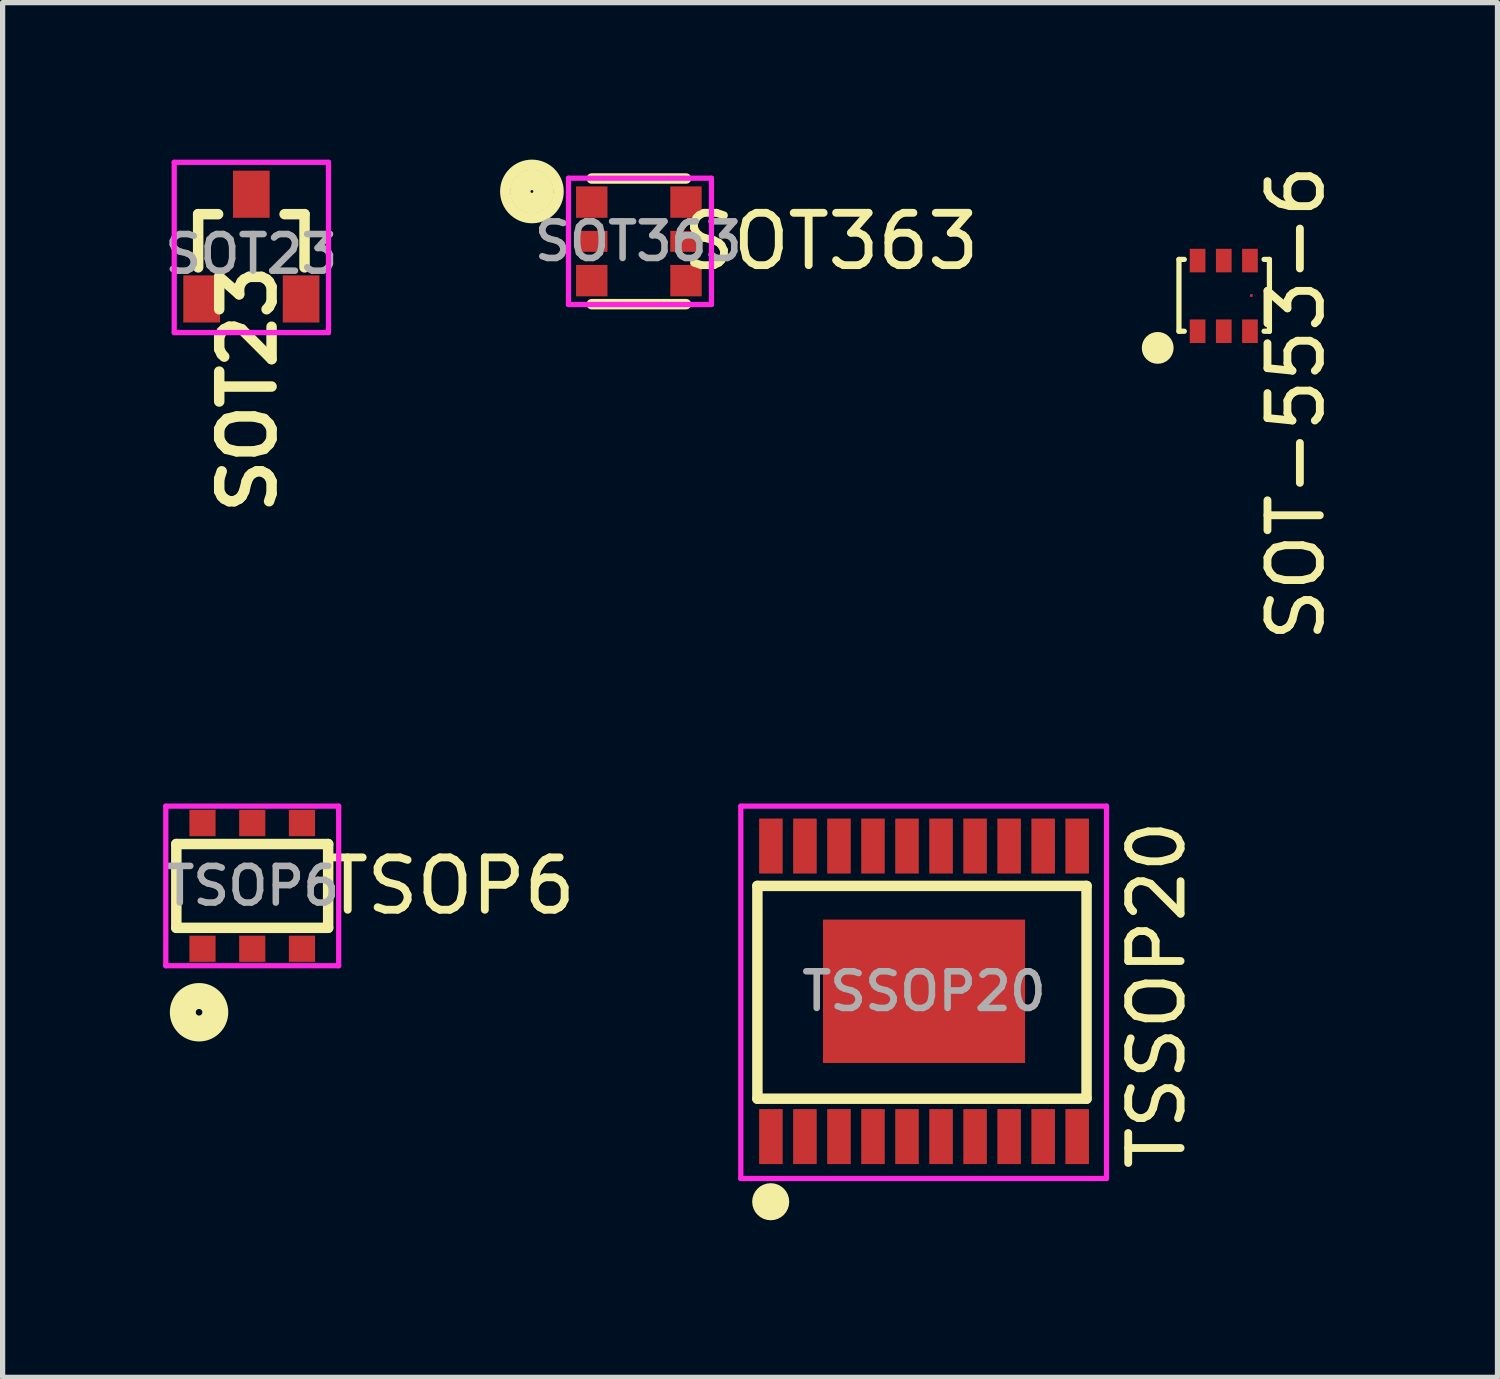
<source format=kicad_pcb>
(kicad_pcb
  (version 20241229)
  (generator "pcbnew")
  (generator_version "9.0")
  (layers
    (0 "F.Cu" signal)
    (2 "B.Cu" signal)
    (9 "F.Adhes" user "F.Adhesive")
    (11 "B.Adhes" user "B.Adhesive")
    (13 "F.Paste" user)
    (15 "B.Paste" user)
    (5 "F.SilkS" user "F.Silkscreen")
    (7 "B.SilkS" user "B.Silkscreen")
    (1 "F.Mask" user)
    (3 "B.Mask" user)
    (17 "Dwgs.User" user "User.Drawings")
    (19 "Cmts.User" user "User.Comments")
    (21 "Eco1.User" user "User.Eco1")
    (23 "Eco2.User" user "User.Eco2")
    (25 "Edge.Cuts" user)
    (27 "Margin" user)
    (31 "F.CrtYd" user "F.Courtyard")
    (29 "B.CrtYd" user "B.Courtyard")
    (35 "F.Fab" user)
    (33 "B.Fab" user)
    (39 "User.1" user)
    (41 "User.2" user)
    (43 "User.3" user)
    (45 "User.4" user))
  (footprint "SOT-553-6"
    (layer "F.Cu")
    (at 19.825 3.277)
    (property "Reference" "SOT-553-6" (at 1.88 1.372 270) (layer "F.SilkS") (effects (font (size 1 1) (thickness 0.15))))
    (attr through_hole)
    (fp_line (start -0.699 0.318) (end -0.826 0.318) (stroke (width 0.1) (type solid)) (layer "F.SilkS"))
    (fp_line (start -0.356 -1.372) (end -0.356 0) (stroke (width 0.1) (type solid)) (layer "F.SilkS"))
    (fp_line (start -0.356 0) (end -0.254 0) (stroke (width 0.1) (type solid)) (layer "F.SilkS"))
    (fp_line (start -0.254 -1.372) (end -0.356 -1.372) (stroke (width 0.1) (type solid)) (layer "F.SilkS"))
    (fp_line (start 1.27 0) (end 1.372 0) (stroke (width 0.1) (type solid)) (layer "F.SilkS"))
    (fp_line (start 1.372 -1.372) (end 1.27 -1.372) (stroke (width 0.1) (type solid)) (layer "F.SilkS"))
    (fp_line (start 1.372 0) (end 1.372 -1.372) (stroke (width 0.1) (type solid)) (layer "F.SilkS"))
    (fp_circle (center -0.762 0.318) (end -0.699 0.318) (stroke (width 0.1) (type solid)) (fill no) (layer "F.SilkS"))
    (fp_circle (center -0.762 0.318) (end -0.635 0.318) (stroke (width 0.1) (type solid)) (fill no) (layer "F.SilkS"))
    (fp_circle (center -0.762 0.318) (end -0.572 0.254) (stroke (width 0.1) (type solid)) (fill no) (layer "F.SilkS"))
    (fp_circle (center -0.762 0.318) (end -0.508 0.318) (stroke (width 0.1) (type solid)) (fill no) (layer "F.SilkS"))
    (pad "1" smd rect (at 0 0) (size 0.3 0.45) (layers "F.Cu" "F.Mask" "F.Paste"))
    (pad "2" smd rect (at 0.5 0) (size 0.3 0.45) (layers "F.Cu" "F.Mask" "F.Paste"))
    (pad "3" smd rect (at 1 0) (size 0.3 0.45) (layers "F.Cu" "F.Mask" "F.Paste"))
    (pad "4" smd rect (at 1 -1.35) (size 0.3 0.45) (layers "F.Cu" "F.Mask" "F.Paste"))
    (pad "5" smd rect (at 0.5 -1.35) (size 0.3 0.45) (layers "F.Cu" "F.Mask" "F.Paste"))
    (pad "6" smd rect (at 0 -1.35) (size 0.3 0.45) (layers "F.Cu" "F.Mask" "F.Paste"))
    (pad "TPAD" smd rect (at 1.026 -0.683) (size 0.05 0.05) (layers "F.Cu" "F.Mask" "F.Paste")))
  (footprint "SOT363"
    (layer "F.Cu")
    (at 9.153 1.56)
    (property "Reference" "SOT363" (at 3.672 0 0) (layer "F.SilkS") (effects (font (size 1 1) (thickness 0.15))))
    (attr through_hole)
    (fp_line (start -0.9 -1.2) (end 0.9 -1.2) (stroke (width 0.2) (type solid)) (layer "F.SilkS"))
    (fp_line (start 0.9 1.2) (end -0.9 1.2) (stroke (width 0.2) (type solid)) (layer "F.SilkS"))
    (fp_circle (center -2.043 -0.953) (end -1.98 -0.953) (stroke (width 0.2) (type solid)) (fill no) (layer "F.SilkS"))
    (fp_circle (center -2.043 -0.953) (end -1.916 -0.953) (stroke (width 0.2) (type solid)) (fill no) (layer "F.SilkS"))
    (fp_circle (center -2.043 -0.953) (end -1.726 -0.953) (stroke (width 0.2) (type solid)) (fill no) (layer "F.SilkS"))
    (fp_circle (center -2.043 -0.953) (end -1.535 -0.953) (stroke (width 0.2) (type solid)) (fill no) (layer "F.SilkS"))
    (fp_line (start -1.345 -1.206) (end 1.386 -1.206) (stroke (width 0.1) (type solid)) (layer "F.CrtYd"))
    (fp_line (start -1.345 1.206) (end -1.345 -1.206) (stroke (width 0.1) (type solid)) (layer "F.CrtYd"))
    (fp_line (start 1.386 -1.206) (end 1.386 1.206) (stroke (width 0.1) (type solid)) (layer "F.CrtYd"))
    (fp_line (start 1.386 1.206) (end -1.345 1.206) (stroke (width 0.1) (type solid)) (layer "F.CrtYd"))
    (fp_text user "${REFERENCE}" (at -0.011 0 0) (layer "F.Fab") (effects (font (size 0.7 0.7) (thickness 0.125))))
    (pad "1" smd rect (at -0.9 -0.75) (size 0.6 0.6) (layers "F.Cu" "F.Mask" "F.Paste"))
    (pad "2" smd rect (at -0.9 0) (size 0.6 0.4) (layers "F.Cu" "F.Mask" "F.Paste"))
    (pad "3" smd rect (at -0.9 0.75) (size 0.6 0.6) (layers "F.Cu" "F.Mask" "F.Paste"))
    (pad "4" smd rect (at 0.9 0.75) (size 0.6 0.6) (layers "F.Cu" "F.Mask" "F.Paste"))
    (pad "5" smd rect (at 0.9 0) (size 0.6 0.4) (layers "F.Cu" "F.Mask" "F.Paste"))
    (pad "6" smd rect (at 0.9 -0.75) (size 0.6 0.6) (layers "F.Cu" "F.Mask" "F.Paste")))
  (footprint "TSSOP20"
    (placed yes)
    (layer "F.Cu")
    (at 14.6 15.885)
    (property "Reference" "TSSOP20" (at 4.445 0.064 90) (layer "F.SilkS") (effects (font (size 1 1) (thickness 0.15))))
    (attr through_hole)
    (fp_line (start -3.183 -2.013) (end 3.104 -2.013) (stroke (width 0.2) (type solid)) (layer "F.SilkS"))
    (fp_line (start -3.183 2.051) (end -3.183 -2.013) (stroke (width 0.2) (type solid)) (layer "F.SilkS"))
    (fp_line (start -2.929 4.083) (end -2.929 3.956) (stroke (width 0.2) (type solid)) (layer "F.SilkS"))
    (fp_line (start 3.104 -2.013) (end 3.104 2.051) (stroke (width 0.2) (type solid)) (layer "F.SilkS"))
    (fp_line (start 3.104 2.051) (end -3.183 2.051) (stroke (width 0.2) (type solid)) (layer "F.SilkS"))
    (fp_circle (center -2.929 4.019) (end -2.801 4.019) (stroke (width 0.2) (type solid)) (fill no) (layer "F.SilkS"))
    (fp_circle (center -2.929 4.019) (end -2.675 4.019) (stroke (width 0.2) (type solid)) (fill no) (layer "F.SilkS"))
    (fp_line (start -3.5 -3.537) (end 3.485 -3.537) (stroke (width 0.1) (type solid)) (layer "F.CrtYd"))
    (fp_line (start -3.5 3.575) (end -3.5 -3.537) (stroke (width 0.1) (type solid)) (layer "F.CrtYd"))
    (fp_line (start 3.485 -3.537) (end 3.485 3.575) (stroke (width 0.1) (type solid)) (layer "F.CrtYd"))
    (fp_line (start 3.485 3.575) (end -3.5 3.575) (stroke (width 0.1) (type solid)) (layer "F.CrtYd"))
    (fp_text user "${REFERENCE}" (at 0 0 0) (layer "F.Fab") (effects (font (size 0.7 0.7) (thickness 0.125))))
    (pad "1" smd rect (at -2.925 2.775) (size 0.45 1.05) (layers "F.Cu" "F.Mask" "F.Paste"))
    (pad "2" smd rect (at -2.275 2.775) (size 0.45 1.05) (layers "F.Cu" "F.Mask" "F.Paste"))
    (pad "3" smd rect (at -1.625 2.775) (size 0.45 1.05) (layers "F.Cu" "F.Mask" "F.Paste"))
    (pad "4" smd rect (at -0.975 2.775) (size 0.45 1.05) (layers "F.Cu" "F.Mask" "F.Paste"))
    (pad "5" smd rect (at -0.325 2.775) (size 0.45 1.05) (layers "F.Cu" "F.Mask" "F.Paste"))
    (pad "6" smd rect (at 0.325 2.775) (size 0.45 1.05) (layers "F.Cu" "F.Mask" "F.Paste"))
    (pad "7" smd rect (at 0.975 2.775) (size 0.45 1.05) (layers "F.Cu" "F.Mask" "F.Paste"))
    (pad "8" smd rect (at 1.625 2.775) (size 0.45 1.05) (layers "F.Cu" "F.Mask" "F.Paste"))
    (pad "9" smd rect (at 2.275 2.775) (size 0.45 1.05) (layers "F.Cu" "F.Mask" "F.Paste"))
    (pad "10" smd rect (at 2.925 2.775) (size 0.45 1.05) (layers "F.Cu" "F.Mask" "F.Paste"))
    (pad "11" smd rect (at 2.925 -2.775) (size 0.45 1.05) (layers "F.Cu" "F.Mask" "F.Paste"))
    (pad "12" smd rect (at 2.275 -2.775) (size 0.45 1.05) (layers "F.Cu" "F.Mask" "F.Paste"))
    (pad "13" smd rect (at 1.625 -2.775) (size 0.45 1.05) (layers "F.Cu" "F.Mask" "F.Paste"))
    (pad "14" smd rect (at 0.975 -2.775) (size 0.45 1.05) (layers "F.Cu" "F.Mask" "F.Paste"))
    (pad "15" smd rect (at 0.325 -2.775) (size 0.45 1.05) (layers "F.Cu" "F.Mask" "F.Paste"))
    (pad "16" smd rect (at -0.325 -2.775) (size 0.45 1.05) (layers "F.Cu" "F.Mask" "F.Paste"))
    (pad "17" smd rect (at -0.975 -2.775) (size 0.45 1.05) (layers "F.Cu" "F.Mask" "F.Paste"))
    (pad "18" smd rect (at -1.625 -2.775) (size 0.45 1.05) (layers "F.Cu" "F.Mask" "F.Paste"))
    (pad "19" smd rect (at -2.275 -2.775) (size 0.45 1.05) (layers "F.Cu" "F.Mask" "F.Paste"))
    (pad "20" smd rect (at -2.925 -2.775) (size 0.45 1.05) (layers "F.Cu" "F.Mask" "F.Paste"))
    (pad "21" smd rect (at 0 0) (size 3.86 2.74) (layers "F.Cu" "F.Mask" "F.Paste")))
  (footprint "TSOP6"
    (layer "F.Cu")
    (at 1.768 13.872)
    (property "Reference" "TSOP6" (at 3.8 0 0) (layer "F.SilkS") (effects (font (size 1 1) (thickness 0.15))))
    (attr through_hole)
    (fp_line (start -1.45 -0.8) (end -1.45 0.8) (stroke (width 0.2) (type solid)) (layer "F.SilkS"))
    (fp_line (start -1.45 0.8) (end 1.45 0.8) (stroke (width 0.2) (type solid)) (layer "F.SilkS"))
    (fp_line (start 1.45 -0.8) (end -1.45 -0.8) (stroke (width 0.2) (type solid)) (layer "F.SilkS"))
    (fp_line (start 1.45 0.8) (end 1.45 -0.8) (stroke (width 0.2) (type solid)) (layer "F.SilkS"))
    (fp_circle (center -1.016 2.413) (end -1.397 2.477) (stroke (width 0.2) (type solid)) (fill no) (layer "F.SilkS"))
    (fp_circle (center -1.016 2.413) (end -1.27 2.667) (stroke (width 0.2) (type solid)) (fill no) (layer "F.SilkS"))
    (fp_circle (center -1.016 2.413) (end -1.206 2.413) (stroke (width 0.2) (type solid)) (fill no) (layer "F.SilkS"))
    (fp_circle (center -1.016 2.413) (end -1.079 2.413) (stroke (width 0.2) (type solid)) (fill no) (layer "F.SilkS"))
    (fp_circle (center -1.016 2.413) (end -0.508 2.413) (stroke (width 0.1) (type solid)) (fill no) (layer "F.SilkS"))
    (fp_line (start -1.651 -1.524) (end -1.651 1.524) (stroke (width 0.1) (type solid)) (layer "F.CrtYd"))
    (fp_line (start -1.651 1.524) (end 1.651 1.524) (stroke (width 0.1) (type solid)) (layer "F.CrtYd"))
    (fp_line (start 1.651 -1.524) (end -1.651 -1.524) (stroke (width 0.1) (type solid)) (layer "F.CrtYd"))
    (fp_line (start 1.651 1.524) (end 1.651 -1.524) (stroke (width 0.1) (type solid)) (layer "F.CrtYd"))
    (fp_text user "${REFERENCE}" (at 0 0 0) (layer "F.Fab") (effects (font (size 0.7 0.7) (thickness 0.125))))
    (pad "1" smd rect (at -0.95 1.2) (size 0.5 0.5) (layers "F.Cu" "F.Mask" "F.Paste"))
    (pad "2" smd rect (at 0 1.2) (size 0.5 0.5) (layers "F.Cu" "F.Mask" "F.Paste"))
    (pad "3" smd rect (at 0.95 1.2) (size 0.5 0.5) (layers "F.Cu" "F.Mask" "F.Paste"))
    (pad "4" smd rect (at 0.95 -1.2) (size 0.5 0.5) (layers "F.Cu" "F.Mask" "F.Paste"))
    (pad "5" smd rect (at 0 -1.2) (size 0.5 0.5) (layers "F.Cu" "F.Mask" "F.Paste"))
    (pad "6" smd rect (at -0.95 -1.2) (size 0.5 0.5) (layers "F.Cu" "F.Mask" "F.Paste")))
  (footprint "SOT23"
    (placed yes)
    (layer "F.Cu")
    (at 1.751 0.66)
    (property "Reference" "SOT23" (at -0.066 3.721 90) (layer "F.SilkS") (effects (font (size 1 1) (thickness 0.2))))
    (attr through_hole)
    (fp_line (start -1.016 0.381) (end -1.016 1.397) (stroke (width 0.2) (type solid)) (layer "F.SilkS"))
    (fp_line (start -0.635 0.381) (end -1.016 0.381) (stroke (width 0.2) (type solid)) (layer "F.SilkS"))
    (fp_line (start 0.635 0.381) (end 1.016 0.381) (stroke (width 0.2) (type solid)) (layer "F.SilkS"))
    (fp_line (start 1.016 0.381) (end 1.016 1.397) (stroke (width 0.2) (type solid)) (layer "F.SilkS"))
    (fp_line (start -1.473 2.642) (end -1.473 -0.61) (stroke (width 0.1) (type solid)) (layer "F.CrtYd"))
    (fp_line (start -1.422 2.642) (end -1.473 2.642) (stroke (width 0.1) (type solid)) (layer "F.CrtYd"))
    (fp_line (start 1.473 -0.61) (end -1.473 -0.61) (stroke (width 0.1) (type solid)) (layer "F.CrtYd"))
    (fp_line (start 1.473 -0.61) (end 1.473 2.642) (stroke (width 0.1) (type solid)) (layer "F.CrtYd"))
    (fp_line (start 1.473 2.642) (end -1.422 2.642) (stroke (width 0.1) (type solid)) (layer "F.CrtYd"))
    (fp_text user "${REFERENCE}" (at 0 1.143 0) (layer "F.Fab") (effects (font (size 0.7 0.7) (thickness 0.125))))
    (pad "1" smd rect (at -0.95 2) (size 0.7 0.9) (layers "F.Cu" "F.Mask" "F.Paste"))
    (pad "2" smd rect (at 0.95 2) (size 0.7 0.9) (layers "F.Cu" "F.Mask" "F.Paste"))
    (pad "3" smd rect (at 0 0) (size 0.7 0.9) (layers "F.Cu" "F.Mask" "F.Paste")))
  (gr_rect
    (start -3 -3)
    (end 25.553 23.258)
    (stroke (width 0.1) (type default))
    (fill no)
    (layer "Edge.Cuts")))
</source>
